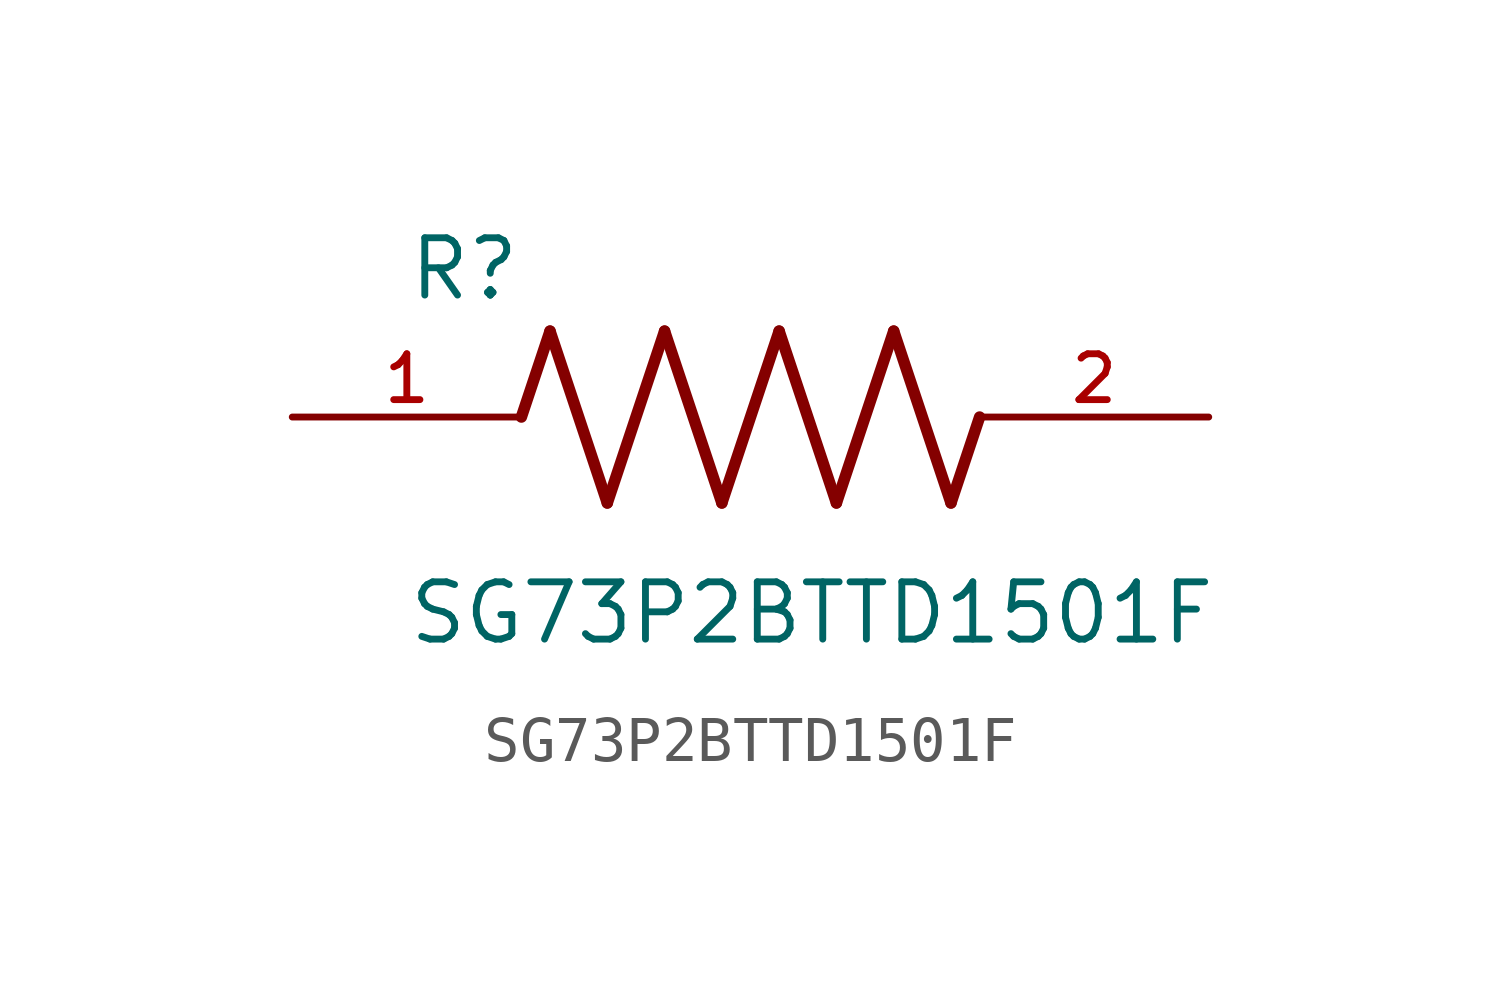
<source format=kicad_sym>
(kicad_symbol_lib
  (version 20211014)
  (generator kicad_symbol_editor)
  (symbol "SG73P2BTTD1501F"
    (pin_names
      (offset 1.016))
    (property "Reference" "R"
      (at -7.624 2.541 0)
      (effects (font (size 1.27 1.27)) (justify bottom left)))
    (property "Value" "SG73P2BTTD1501F"
      (at -7.63 -5.087 0)
      (effects (font (size 1.27 1.27)) (justify bottom left)))
    (symbol "SG73P2BTTD1501F_0_0"
      (polyline (pts (xy -5.08 0.0) (xy -4.445 1.905)) (stroke (width 0.254)))
      (polyline (pts (xy -4.445 1.905) (xy -3.175 -1.905)) (stroke (width 0.254)))
      (polyline (pts (xy -3.175 -1.905) (xy -1.905 1.905)) (stroke (width 0.254)))
      (polyline (pts (xy -1.905 1.905) (xy -0.635 -1.905)) (stroke (width 0.254)))
      (polyline (pts (xy -0.635 -1.905) (xy 0.635 1.905)) (stroke (width 0.254)))
      (polyline (pts (xy 0.635 1.905) (xy 1.905 -1.905)) (stroke (width 0.254)))
      (polyline (pts (xy 1.905 -1.905) (xy 3.175 1.905)) (stroke (width 0.254)))
      (polyline (pts (xy 3.175 1.905) (xy 4.445 -1.905)) (stroke (width 0.254)))
      (polyline (pts (xy 4.445 -1.905) (xy 5.08 0.0)) (stroke (width 0.254)))
      (pin passive line (at -10.16 0.0 0) (length 5.08) (name "~" (effects (font (size 1.016 1.016)))) (number "1" (effects (font (size 1.016 1.016)))))
      (pin passive line (at 10.16 0.0 180.0) (length 5.08) (name "~" (effects (font (size 1.016 1.016)))) (number "2" (effects (font (size 1.016 1.016))))))))
</source>
